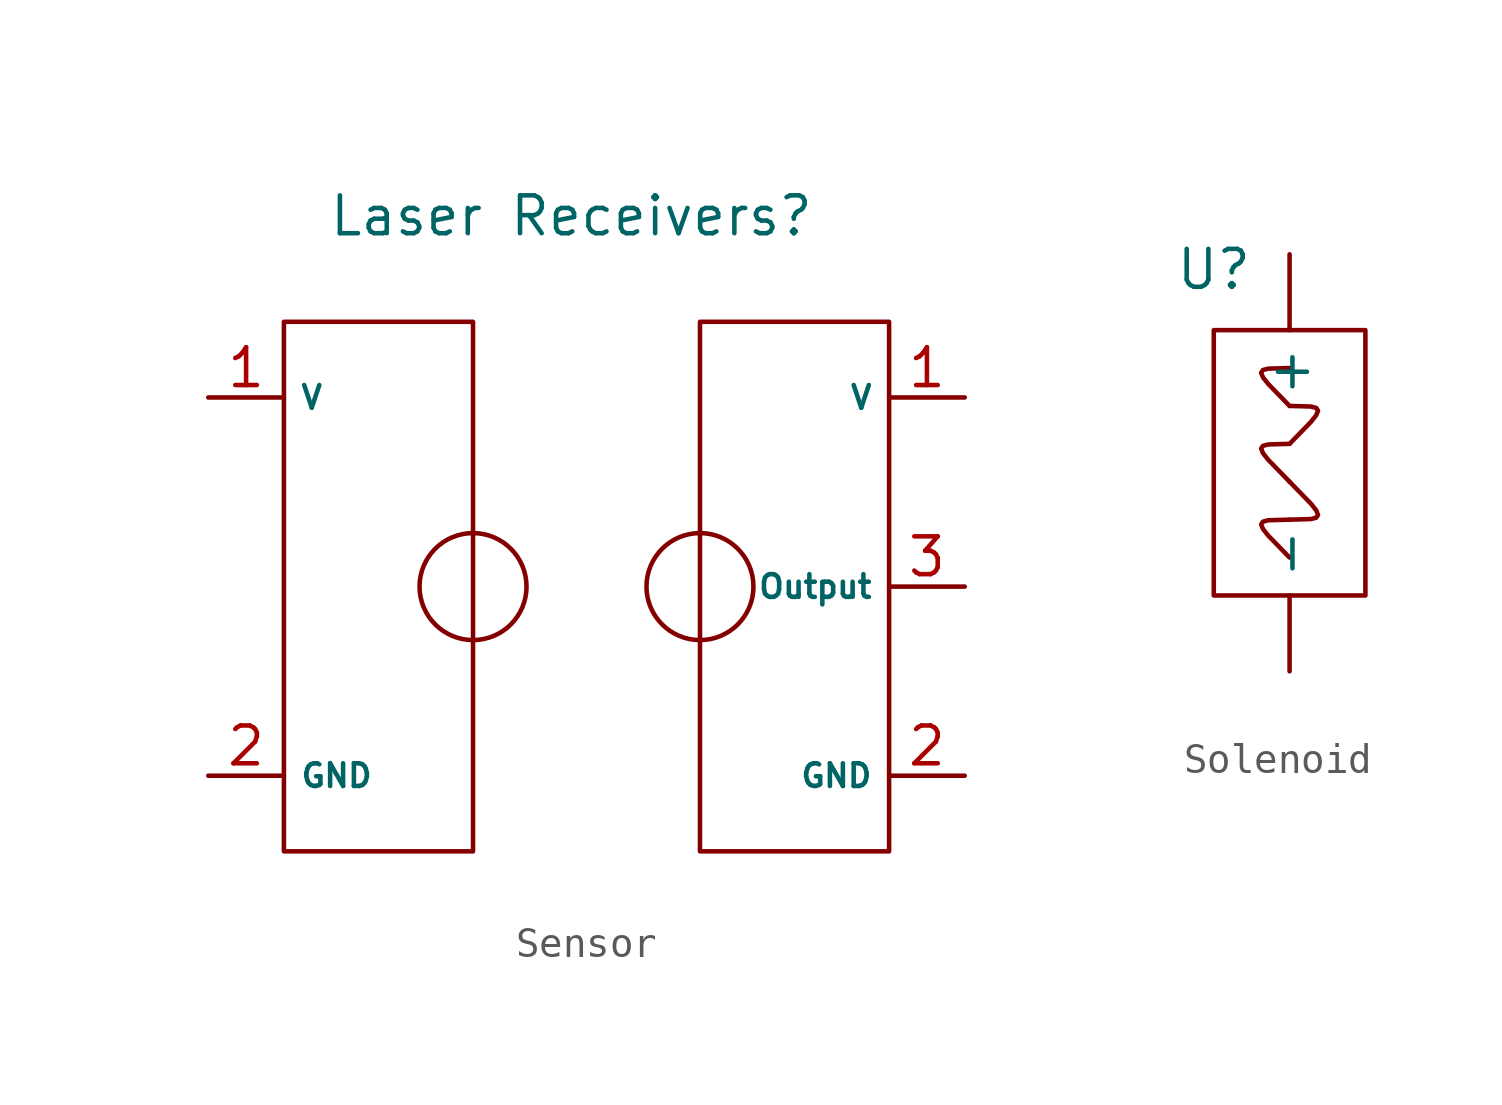
<source format=kicad_sym>
(kicad_symbol_lib
  (version 20241209)
  (generator "kicad_symbol_editor")
  (generator_version "9.0")
  (symbol "Sensor"
    (property "Reference" "Laser Receivers"
      (at -0.508 12.446 0)
      (effects (font (size 1.27 1.27))))
    (property "Value" ""
      (at 0 0 0)
      (effects (font (size 1.27 1.27))))
    (symbol "Sensor_0_1"
      (rectangle (start -10.16 8.89) (end -3.81 -8.89) (stroke (width 0) (type default)) (fill (type none)))
      (circle (center -3.81 0) (radius 1.796) (stroke (width 0) (type default)) (fill (type none)))
      (rectangle (start 3.81 8.89) (end 10.16 -8.89) (stroke (width 0) (type default)) (fill (type none)))
      (circle (center 3.81 0) (radius 1.796) (stroke (width 0) (type default)) (fill (type none))))
    (symbol "Sensor_1_1"
      (pin power_in line (at -12.7 6.35 0) (length 2.54) (name "V" (effects (font (size 0.762 0.762)))) (number "1" (effects (font (size 1.27 1.27)))))
      (pin power_out line (at -12.7 -6.35 0) (length 2.54) (name "GND" (effects (font (size 0.762 0.762)))) (number "2" (effects (font (size 1.27 1.27)))))
      (pin power_in line (at 12.7 6.35 180) (length 2.54) (name "V" (effects (font (size 0.762 0.762)))) (number "1" (effects (font (size 1.27 1.27)))))
      (pin output line (at 12.7 0 180) (length 2.54) (name "Output" (effects (font (size 0.762 0.762)))) (number "3" (effects (font (size 1.27 1.27)))))
      (pin power_out line (at 12.7 -6.35 180) (length 2.54) (name "GND" (effects (font (size 0.762 0.762)))) (number "2" (effects (font (size 1.27 1.27)))))))
  (symbol "Solenoid"
    (property "Reference" "U"
      (at -2.54 -3.048 0)
      (effects (font (size 1.27 1.27))))
    (property "Value" ""
      (at 0 0 0)
      (effects (font (size 1.27 1.27))))
    (symbol "Solenoid_0_1"
      (rectangle (start -2.54 -5.08) (end 2.54 -13.97) (stroke (width 0) (type default)) (fill (type none)))
      (bezier (pts (xy 0 -7.62) (xy -1.27 -6.35) (xy -1.27 -6.35) (xy 0 -6.35)) (stroke (width 0) (type default)) (fill (type none)))
      (bezier (pts (xy 0 -8.89) (xy 1.27 -7.62) (xy 1.27 -7.62) (xy 0 -7.62)) (stroke (width 0) (type default)) (fill (type none)))
      (bezier (pts (xy 0 -10.16) (xy -1.27 -8.89) (xy -1.27 -8.89) (xy 0 -8.89)) (stroke (width 0) (type default)) (fill (type none)))
      (bezier (pts (xy 0 -11.43) (xy 1.27 -11.43) (xy 1.27 -11.43) (xy 0 -10.16)) (stroke (width 0) (type default)) (fill (type none)))
      (bezier (pts (xy 0 -12.7) (xy -1.27 -11.43) (xy -1.27 -11.43) (xy 0 -11.43)) (stroke (width 0) (type default)) (fill (type none))))
    (symbol "Solenoid_1_1"
      (pin power_in line (at 0 -2.54 270) (length 2.54) (name "+" (effects (font (size 1.27 1.27)))) (number "" (effects (font (size 1.27 1.27)))))
      (pin power_out line (at 0 -16.51 90) (length 2.54) (name "-" (effects (font (size 1.27 1.27)))) (number "" (effects (font (size 1.27 1.27))))))))
</source>
